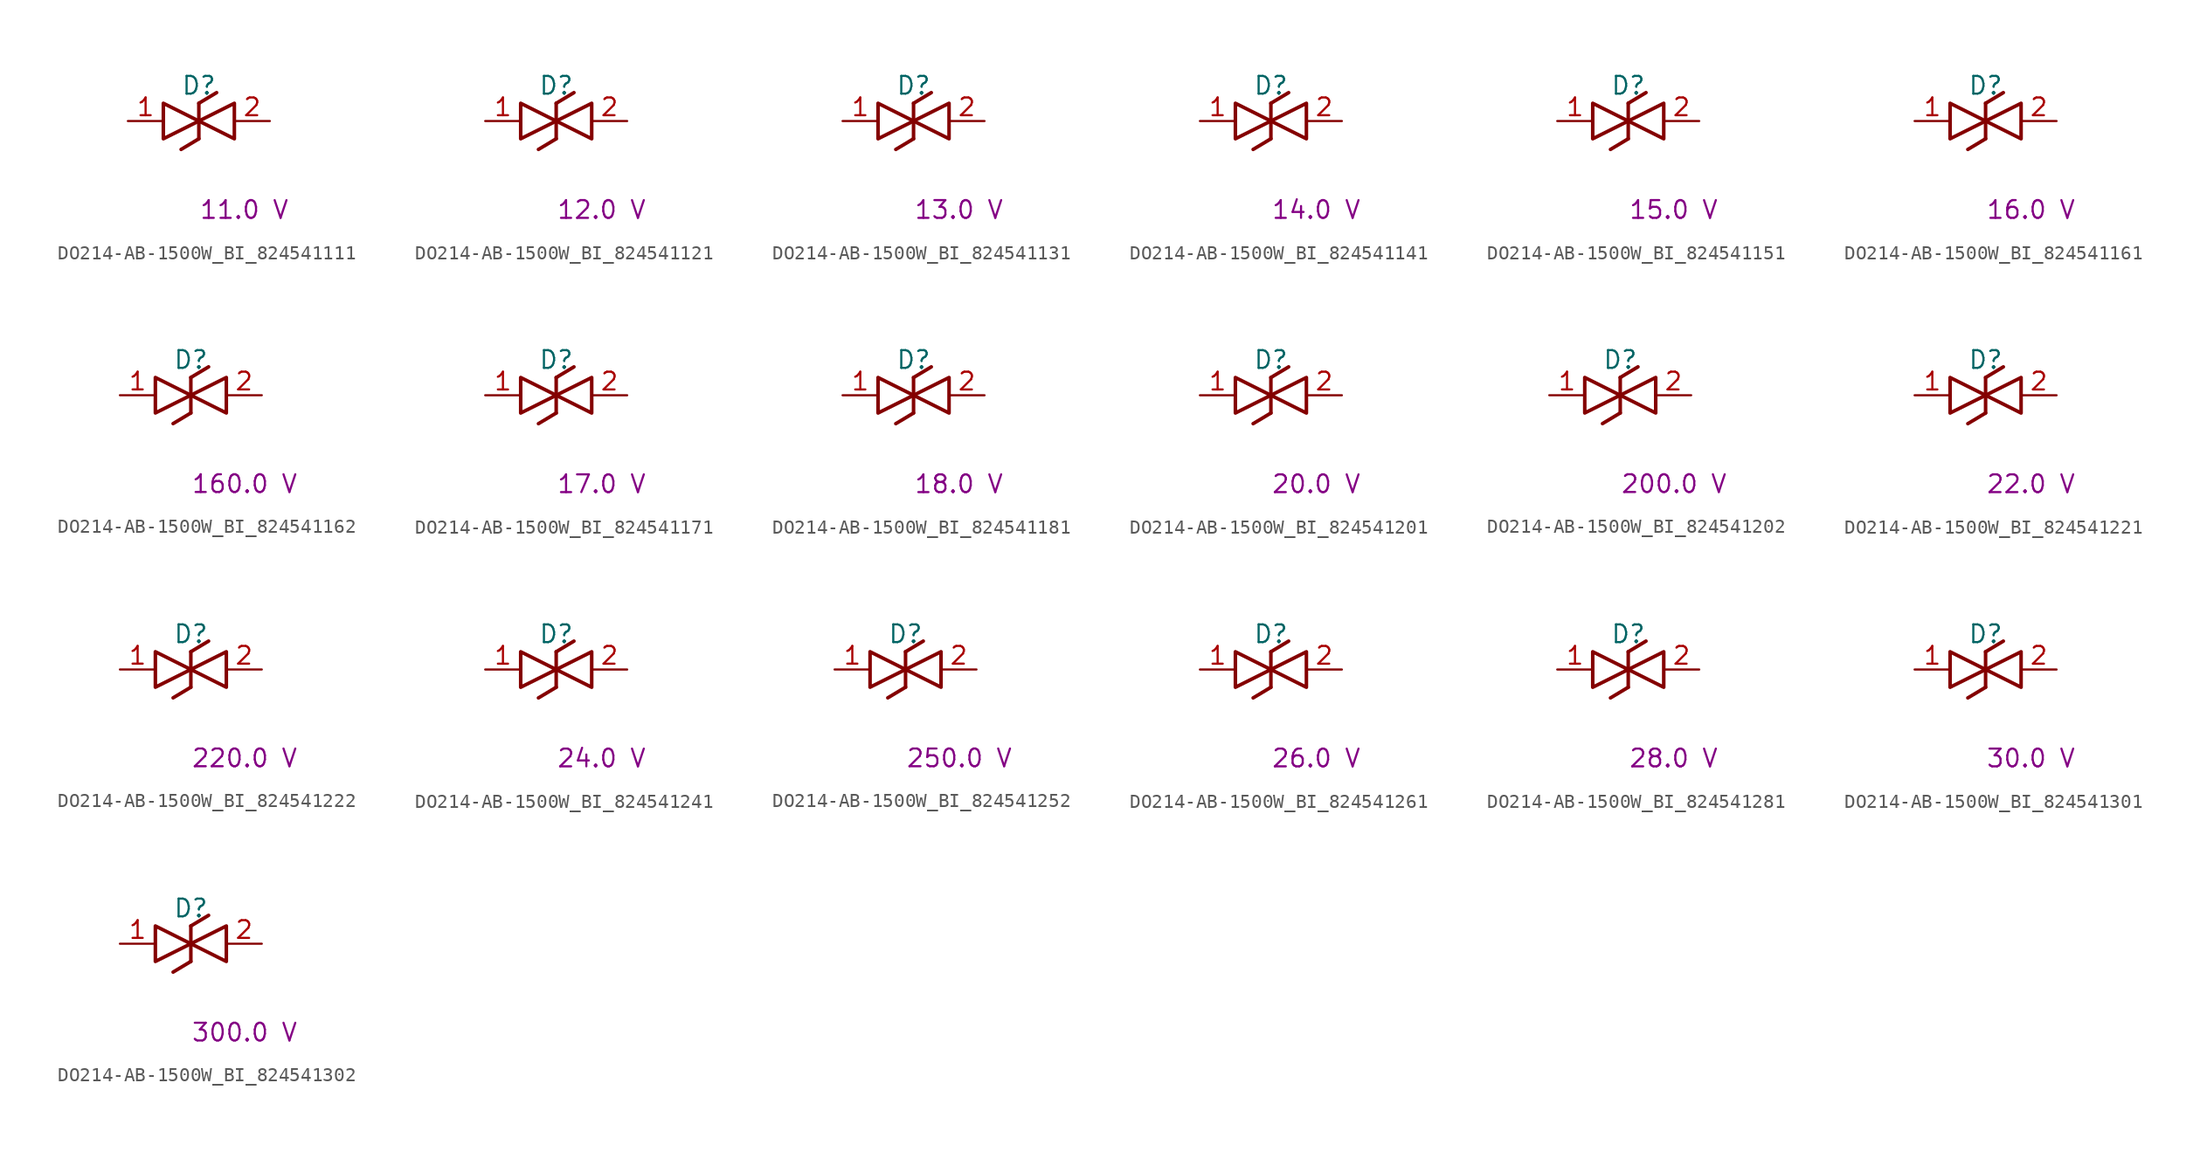
<source format=kicad_sym>
(kicad_symbol_lib
  (version 20220914)
  (generator kicad_symbol_editor)
  (symbol "DO214-AB-1500W_BI_824541111"
    (pin_names hide)
    (property "Reference" "D"
      (at 0 2.54 0)
      (effects (font (size 1.27 1.27))))
    (property "Critical Parameter" "11.0 V"
      (at 0 -6.35 0)
      (effects (font (size 1.27 1.27)) (justify left)))
    (symbol "DO214-AB-1500W_BI_824541111_0_1"
      (polyline (pts (xy -2.54 1.27) (xy -2.54 -1.27) (xy 2.54 1.27) (xy 2.54 -1.27) (xy -2.54 1.27)) (stroke (width 0.254) (type default)) (fill (type none))))
    (symbol "DO214-AB-1500W_BI_824541111_1_1"
      (polyline (pts (xy 0 -1.27) (xy -1.27 -2.032)) (stroke (width 0.254) (type default)) (fill (type none)))
      (polyline (pts (xy 0 1.27) (xy 0 -1.27)) (stroke (width 0.254) (type default)) (fill (type none)))
      (polyline (pts (xy 0 1.27) (xy 1.27 2.032)) (stroke (width 0.254) (type default)) (fill (type none)))
      (pin passive line (at -5.08 0 0) (length 2.54) (name "1" (effects (font (size 1.27 1.27)))) (number "1" (effects (font (size 1.27 1.27)))))
      (pin passive line (at 5.08 0 180) (length 2.54) (name "2" (effects (font (size 1.27 1.27)))) (number "2" (effects (font (size 1.27 1.27)))))))
  (symbol "DO214-AB-1500W_BI_824541121"
    (pin_names hide)
    (property "Reference" "D"
      (at 0 2.54 0)
      (effects (font (size 1.27 1.27))))
    (property "Critical Parameter" "12.0 V"
      (at 0 -6.35 0)
      (effects (font (size 1.27 1.27)) (justify left)))
    (symbol "DO214-AB-1500W_BI_824541121_0_1"
      (polyline (pts (xy -2.54 1.27) (xy -2.54 -1.27) (xy 2.54 1.27) (xy 2.54 -1.27) (xy -2.54 1.27)) (stroke (width 0.254) (type default)) (fill (type none))))
    (symbol "DO214-AB-1500W_BI_824541121_1_1"
      (polyline (pts (xy 0 -1.27) (xy -1.27 -2.032)) (stroke (width 0.254) (type default)) (fill (type none)))
      (polyline (pts (xy 0 1.27) (xy 0 -1.27)) (stroke (width 0.254) (type default)) (fill (type none)))
      (polyline (pts (xy 0 1.27) (xy 1.27 2.032)) (stroke (width 0.254) (type default)) (fill (type none)))
      (pin passive line (at -5.08 0 0) (length 2.54) (name "1" (effects (font (size 1.27 1.27)))) (number "1" (effects (font (size 1.27 1.27)))))
      (pin passive line (at 5.08 0 180) (length 2.54) (name "2" (effects (font (size 1.27 1.27)))) (number "2" (effects (font (size 1.27 1.27)))))))
  (symbol "DO214-AB-1500W_BI_824541131"
    (pin_names hide)
    (property "Reference" "D"
      (at 0 2.54 0)
      (effects (font (size 1.27 1.27))))
    (property "Critical Parameter" "13.0 V"
      (at 0 -6.35 0)
      (effects (font (size 1.27 1.27)) (justify left)))
    (symbol "DO214-AB-1500W_BI_824541131_0_1"
      (polyline (pts (xy -2.54 1.27) (xy -2.54 -1.27) (xy 2.54 1.27) (xy 2.54 -1.27) (xy -2.54 1.27)) (stroke (width 0.254) (type default)) (fill (type none))))
    (symbol "DO214-AB-1500W_BI_824541131_1_1"
      (polyline (pts (xy 0 -1.27) (xy -1.27 -2.032)) (stroke (width 0.254) (type default)) (fill (type none)))
      (polyline (pts (xy 0 1.27) (xy 0 -1.27)) (stroke (width 0.254) (type default)) (fill (type none)))
      (polyline (pts (xy 0 1.27) (xy 1.27 2.032)) (stroke (width 0.254) (type default)) (fill (type none)))
      (pin passive line (at -5.08 0 0) (length 2.54) (name "1" (effects (font (size 1.27 1.27)))) (number "1" (effects (font (size 1.27 1.27)))))
      (pin passive line (at 5.08 0 180) (length 2.54) (name "2" (effects (font (size 1.27 1.27)))) (number "2" (effects (font (size 1.27 1.27)))))))
  (symbol "DO214-AB-1500W_BI_824541141"
    (pin_names hide)
    (property "Reference" "D"
      (at 0 2.54 0)
      (effects (font (size 1.27 1.27))))
    (property "Critical Parameter" "14.0 V"
      (at 0 -6.35 0)
      (effects (font (size 1.27 1.27)) (justify left)))
    (symbol "DO214-AB-1500W_BI_824541141_0_1"
      (polyline (pts (xy -2.54 1.27) (xy -2.54 -1.27) (xy 2.54 1.27) (xy 2.54 -1.27) (xy -2.54 1.27)) (stroke (width 0.254) (type default)) (fill (type none))))
    (symbol "DO214-AB-1500W_BI_824541141_1_1"
      (polyline (pts (xy 0 -1.27) (xy -1.27 -2.032)) (stroke (width 0.254) (type default)) (fill (type none)))
      (polyline (pts (xy 0 1.27) (xy 0 -1.27)) (stroke (width 0.254) (type default)) (fill (type none)))
      (polyline (pts (xy 0 1.27) (xy 1.27 2.032)) (stroke (width 0.254) (type default)) (fill (type none)))
      (pin passive line (at -5.08 0 0) (length 2.54) (name "1" (effects (font (size 1.27 1.27)))) (number "1" (effects (font (size 1.27 1.27)))))
      (pin passive line (at 5.08 0 180) (length 2.54) (name "2" (effects (font (size 1.27 1.27)))) (number "2" (effects (font (size 1.27 1.27)))))))
  (symbol "DO214-AB-1500W_BI_824541151"
    (pin_names hide)
    (property "Reference" "D"
      (at 0 2.54 0)
      (effects (font (size 1.27 1.27))))
    (property "Critical Parameter" "15.0 V"
      (at 0 -6.35 0)
      (effects (font (size 1.27 1.27)) (justify left)))
    (symbol "DO214-AB-1500W_BI_824541151_0_1"
      (polyline (pts (xy -2.54 1.27) (xy -2.54 -1.27) (xy 2.54 1.27) (xy 2.54 -1.27) (xy -2.54 1.27)) (stroke (width 0.254) (type default)) (fill (type none))))
    (symbol "DO214-AB-1500W_BI_824541151_1_1"
      (polyline (pts (xy 0 -1.27) (xy -1.27 -2.032)) (stroke (width 0.254) (type default)) (fill (type none)))
      (polyline (pts (xy 0 1.27) (xy 0 -1.27)) (stroke (width 0.254) (type default)) (fill (type none)))
      (polyline (pts (xy 0 1.27) (xy 1.27 2.032)) (stroke (width 0.254) (type default)) (fill (type none)))
      (pin passive line (at -5.08 0 0) (length 2.54) (name "1" (effects (font (size 1.27 1.27)))) (number "1" (effects (font (size 1.27 1.27)))))
      (pin passive line (at 5.08 0 180) (length 2.54) (name "2" (effects (font (size 1.27 1.27)))) (number "2" (effects (font (size 1.27 1.27)))))))
  (symbol "DO214-AB-1500W_BI_824541161"
    (pin_names hide)
    (property "Reference" "D"
      (at 0 2.54 0)
      (effects (font (size 1.27 1.27))))
    (property "Critical Parameter" "16.0 V"
      (at 0 -6.35 0)
      (effects (font (size 1.27 1.27)) (justify left)))
    (symbol "DO214-AB-1500W_BI_824541161_0_1"
      (polyline (pts (xy -2.54 1.27) (xy -2.54 -1.27) (xy 2.54 1.27) (xy 2.54 -1.27) (xy -2.54 1.27)) (stroke (width 0.254) (type default)) (fill (type none))))
    (symbol "DO214-AB-1500W_BI_824541161_1_1"
      (polyline (pts (xy 0 -1.27) (xy -1.27 -2.032)) (stroke (width 0.254) (type default)) (fill (type none)))
      (polyline (pts (xy 0 1.27) (xy 0 -1.27)) (stroke (width 0.254) (type default)) (fill (type none)))
      (polyline (pts (xy 0 1.27) (xy 1.27 2.032)) (stroke (width 0.254) (type default)) (fill (type none)))
      (pin passive line (at -5.08 0 0) (length 2.54) (name "1" (effects (font (size 1.27 1.27)))) (number "1" (effects (font (size 1.27 1.27)))))
      (pin passive line (at 5.08 0 180) (length 2.54) (name "2" (effects (font (size 1.27 1.27)))) (number "2" (effects (font (size 1.27 1.27)))))))
  (symbol "DO214-AB-1500W_BI_824541162"
    (pin_names hide)
    (property "Reference" "D"
      (at 0 2.54 0)
      (effects (font (size 1.27 1.27))))
    (property "Critical Parameter" "160.0 V"
      (at 0 -6.35 0)
      (effects (font (size 1.27 1.27)) (justify left)))
    (symbol "DO214-AB-1500W_BI_824541162_0_1"
      (polyline (pts (xy -2.54 1.27) (xy -2.54 -1.27) (xy 2.54 1.27) (xy 2.54 -1.27) (xy -2.54 1.27)) (stroke (width 0.254) (type default)) (fill (type none))))
    (symbol "DO214-AB-1500W_BI_824541162_1_1"
      (polyline (pts (xy 0 -1.27) (xy -1.27 -2.032)) (stroke (width 0.254) (type default)) (fill (type none)))
      (polyline (pts (xy 0 1.27) (xy 0 -1.27)) (stroke (width 0.254) (type default)) (fill (type none)))
      (polyline (pts (xy 0 1.27) (xy 1.27 2.032)) (stroke (width 0.254) (type default)) (fill (type none)))
      (pin passive line (at -5.08 0 0) (length 2.54) (name "1" (effects (font (size 1.27 1.27)))) (number "1" (effects (font (size 1.27 1.27)))))
      (pin passive line (at 5.08 0 180) (length 2.54) (name "2" (effects (font (size 1.27 1.27)))) (number "2" (effects (font (size 1.27 1.27)))))))
  (symbol "DO214-AB-1500W_BI_824541171"
    (pin_names hide)
    (property "Reference" "D"
      (at 0 2.54 0)
      (effects (font (size 1.27 1.27))))
    (property "Critical Parameter" "17.0 V"
      (at 0 -6.35 0)
      (effects (font (size 1.27 1.27)) (justify left)))
    (symbol "DO214-AB-1500W_BI_824541171_0_1"
      (polyline (pts (xy -2.54 1.27) (xy -2.54 -1.27) (xy 2.54 1.27) (xy 2.54 -1.27) (xy -2.54 1.27)) (stroke (width 0.254) (type default)) (fill (type none))))
    (symbol "DO214-AB-1500W_BI_824541171_1_1"
      (polyline (pts (xy 0 -1.27) (xy -1.27 -2.032)) (stroke (width 0.254) (type default)) (fill (type none)))
      (polyline (pts (xy 0 1.27) (xy 0 -1.27)) (stroke (width 0.254) (type default)) (fill (type none)))
      (polyline (pts (xy 0 1.27) (xy 1.27 2.032)) (stroke (width 0.254) (type default)) (fill (type none)))
      (pin passive line (at -5.08 0 0) (length 2.54) (name "1" (effects (font (size 1.27 1.27)))) (number "1" (effects (font (size 1.27 1.27)))))
      (pin passive line (at 5.08 0 180) (length 2.54) (name "2" (effects (font (size 1.27 1.27)))) (number "2" (effects (font (size 1.27 1.27)))))))
  (symbol "DO214-AB-1500W_BI_824541181"
    (pin_names hide)
    (property "Reference" "D"
      (at 0 2.54 0)
      (effects (font (size 1.27 1.27))))
    (property "Critical Parameter" "18.0 V"
      (at 0 -6.35 0)
      (effects (font (size 1.27 1.27)) (justify left)))
    (symbol "DO214-AB-1500W_BI_824541181_0_1"
      (polyline (pts (xy -2.54 1.27) (xy -2.54 -1.27) (xy 2.54 1.27) (xy 2.54 -1.27) (xy -2.54 1.27)) (stroke (width 0.254) (type default)) (fill (type none))))
    (symbol "DO214-AB-1500W_BI_824541181_1_1"
      (polyline (pts (xy 0 -1.27) (xy -1.27 -2.032)) (stroke (width 0.254) (type default)) (fill (type none)))
      (polyline (pts (xy 0 1.27) (xy 0 -1.27)) (stroke (width 0.254) (type default)) (fill (type none)))
      (polyline (pts (xy 0 1.27) (xy 1.27 2.032)) (stroke (width 0.254) (type default)) (fill (type none)))
      (pin passive line (at -5.08 0 0) (length 2.54) (name "1" (effects (font (size 1.27 1.27)))) (number "1" (effects (font (size 1.27 1.27)))))
      (pin passive line (at 5.08 0 180) (length 2.54) (name "2" (effects (font (size 1.27 1.27)))) (number "2" (effects (font (size 1.27 1.27)))))))
  (symbol "DO214-AB-1500W_BI_824541201"
    (pin_names hide)
    (property "Reference" "D"
      (at 0 2.54 0)
      (effects (font (size 1.27 1.27))))
    (property "Critical Parameter" "20.0 V"
      (at 0 -6.35 0)
      (effects (font (size 1.27 1.27)) (justify left)))
    (symbol "DO214-AB-1500W_BI_824541201_0_1"
      (polyline (pts (xy -2.54 1.27) (xy -2.54 -1.27) (xy 2.54 1.27) (xy 2.54 -1.27) (xy -2.54 1.27)) (stroke (width 0.254) (type default)) (fill (type none))))
    (symbol "DO214-AB-1500W_BI_824541201_1_1"
      (polyline (pts (xy 0 -1.27) (xy -1.27 -2.032)) (stroke (width 0.254) (type default)) (fill (type none)))
      (polyline (pts (xy 0 1.27) (xy 0 -1.27)) (stroke (width 0.254) (type default)) (fill (type none)))
      (polyline (pts (xy 0 1.27) (xy 1.27 2.032)) (stroke (width 0.254) (type default)) (fill (type none)))
      (pin passive line (at -5.08 0 0) (length 2.54) (name "1" (effects (font (size 1.27 1.27)))) (number "1" (effects (font (size 1.27 1.27)))))
      (pin passive line (at 5.08 0 180) (length 2.54) (name "2" (effects (font (size 1.27 1.27)))) (number "2" (effects (font (size 1.27 1.27)))))))
  (symbol "DO214-AB-1500W_BI_824541202"
    (pin_names hide)
    (property "Reference" "D"
      (at 0 2.54 0)
      (effects (font (size 1.27 1.27))))
    (property "Critical Parameter" "200.0 V"
      (at 0 -6.35 0)
      (effects (font (size 1.27 1.27)) (justify left)))
    (symbol "DO214-AB-1500W_BI_824541202_0_1"
      (polyline (pts (xy -2.54 1.27) (xy -2.54 -1.27) (xy 2.54 1.27) (xy 2.54 -1.27) (xy -2.54 1.27)) (stroke (width 0.254) (type default)) (fill (type none))))
    (symbol "DO214-AB-1500W_BI_824541202_1_1"
      (polyline (pts (xy 0 -1.27) (xy -1.27 -2.032)) (stroke (width 0.254) (type default)) (fill (type none)))
      (polyline (pts (xy 0 1.27) (xy 0 -1.27)) (stroke (width 0.254) (type default)) (fill (type none)))
      (polyline (pts (xy 0 1.27) (xy 1.27 2.032)) (stroke (width 0.254) (type default)) (fill (type none)))
      (pin passive line (at -5.08 0 0) (length 2.54) (name "1" (effects (font (size 1.27 1.27)))) (number "1" (effects (font (size 1.27 1.27)))))
      (pin passive line (at 5.08 0 180) (length 2.54) (name "2" (effects (font (size 1.27 1.27)))) (number "2" (effects (font (size 1.27 1.27)))))))
  (symbol "DO214-AB-1500W_BI_824541221"
    (pin_names hide)
    (property "Reference" "D"
      (at 0 2.54 0)
      (effects (font (size 1.27 1.27))))
    (property "Critical Parameter" "22.0 V"
      (at 0 -6.35 0)
      (effects (font (size 1.27 1.27)) (justify left)))
    (symbol "DO214-AB-1500W_BI_824541221_0_1"
      (polyline (pts (xy -2.54 1.27) (xy -2.54 -1.27) (xy 2.54 1.27) (xy 2.54 -1.27) (xy -2.54 1.27)) (stroke (width 0.254) (type default)) (fill (type none))))
    (symbol "DO214-AB-1500W_BI_824541221_1_1"
      (polyline (pts (xy 0 -1.27) (xy -1.27 -2.032)) (stroke (width 0.254) (type default)) (fill (type none)))
      (polyline (pts (xy 0 1.27) (xy 0 -1.27)) (stroke (width 0.254) (type default)) (fill (type none)))
      (polyline (pts (xy 0 1.27) (xy 1.27 2.032)) (stroke (width 0.254) (type default)) (fill (type none)))
      (pin passive line (at -5.08 0 0) (length 2.54) (name "1" (effects (font (size 1.27 1.27)))) (number "1" (effects (font (size 1.27 1.27)))))
      (pin passive line (at 5.08 0 180) (length 2.54) (name "2" (effects (font (size 1.27 1.27)))) (number "2" (effects (font (size 1.27 1.27)))))))
  (symbol "DO214-AB-1500W_BI_824541222"
    (pin_names hide)
    (property "Reference" "D"
      (at 0 2.54 0)
      (effects (font (size 1.27 1.27))))
    (property "Critical Parameter" "220.0 V"
      (at 0 -6.35 0)
      (effects (font (size 1.27 1.27)) (justify left)))
    (symbol "DO214-AB-1500W_BI_824541222_0_1"
      (polyline (pts (xy -2.54 1.27) (xy -2.54 -1.27) (xy 2.54 1.27) (xy 2.54 -1.27) (xy -2.54 1.27)) (stroke (width 0.254) (type default)) (fill (type none))))
    (symbol "DO214-AB-1500W_BI_824541222_1_1"
      (polyline (pts (xy 0 -1.27) (xy -1.27 -2.032)) (stroke (width 0.254) (type default)) (fill (type none)))
      (polyline (pts (xy 0 1.27) (xy 0 -1.27)) (stroke (width 0.254) (type default)) (fill (type none)))
      (polyline (pts (xy 0 1.27) (xy 1.27 2.032)) (stroke (width 0.254) (type default)) (fill (type none)))
      (pin passive line (at -5.08 0 0) (length 2.54) (name "1" (effects (font (size 1.27 1.27)))) (number "1" (effects (font (size 1.27 1.27)))))
      (pin passive line (at 5.08 0 180) (length 2.54) (name "2" (effects (font (size 1.27 1.27)))) (number "2" (effects (font (size 1.27 1.27)))))))
  (symbol "DO214-AB-1500W_BI_824541241"
    (pin_names hide)
    (property "Reference" "D"
      (at 0 2.54 0)
      (effects (font (size 1.27 1.27))))
    (property "Critical Parameter" "24.0 V"
      (at 0 -6.35 0)
      (effects (font (size 1.27 1.27)) (justify left)))
    (symbol "DO214-AB-1500W_BI_824541241_0_1"
      (polyline (pts (xy -2.54 1.27) (xy -2.54 -1.27) (xy 2.54 1.27) (xy 2.54 -1.27) (xy -2.54 1.27)) (stroke (width 0.254) (type default)) (fill (type none))))
    (symbol "DO214-AB-1500W_BI_824541241_1_1"
      (polyline (pts (xy 0 -1.27) (xy -1.27 -2.032)) (stroke (width 0.254) (type default)) (fill (type none)))
      (polyline (pts (xy 0 1.27) (xy 0 -1.27)) (stroke (width 0.254) (type default)) (fill (type none)))
      (polyline (pts (xy 0 1.27) (xy 1.27 2.032)) (stroke (width 0.254) (type default)) (fill (type none)))
      (pin passive line (at -5.08 0 0) (length 2.54) (name "1" (effects (font (size 1.27 1.27)))) (number "1" (effects (font (size 1.27 1.27)))))
      (pin passive line (at 5.08 0 180) (length 2.54) (name "2" (effects (font (size 1.27 1.27)))) (number "2" (effects (font (size 1.27 1.27)))))))
  (symbol "DO214-AB-1500W_BI_824541252"
    (pin_names hide)
    (property "Reference" "D"
      (at 0 2.54 0)
      (effects (font (size 1.27 1.27))))
    (property "Critical Parameter" "250.0 V"
      (at 0 -6.35 0)
      (effects (font (size 1.27 1.27)) (justify left)))
    (symbol "DO214-AB-1500W_BI_824541252_0_1"
      (polyline (pts (xy -2.54 1.27) (xy -2.54 -1.27) (xy 2.54 1.27) (xy 2.54 -1.27) (xy -2.54 1.27)) (stroke (width 0.254) (type default)) (fill (type none))))
    (symbol "DO214-AB-1500W_BI_824541252_1_1"
      (polyline (pts (xy 0 -1.27) (xy -1.27 -2.032)) (stroke (width 0.254) (type default)) (fill (type none)))
      (polyline (pts (xy 0 1.27) (xy 0 -1.27)) (stroke (width 0.254) (type default)) (fill (type none)))
      (polyline (pts (xy 0 1.27) (xy 1.27 2.032)) (stroke (width 0.254) (type default)) (fill (type none)))
      (pin passive line (at -5.08 0 0) (length 2.54) (name "1" (effects (font (size 1.27 1.27)))) (number "1" (effects (font (size 1.27 1.27)))))
      (pin passive line (at 5.08 0 180) (length 2.54) (name "2" (effects (font (size 1.27 1.27)))) (number "2" (effects (font (size 1.27 1.27)))))))
  (symbol "DO214-AB-1500W_BI_824541261"
    (pin_names hide)
    (property "Reference" "D"
      (at 0 2.54 0)
      (effects (font (size 1.27 1.27))))
    (property "Critical Parameter" "26.0 V"
      (at 0 -6.35 0)
      (effects (font (size 1.27 1.27)) (justify left)))
    (symbol "DO214-AB-1500W_BI_824541261_0_1"
      (polyline (pts (xy -2.54 1.27) (xy -2.54 -1.27) (xy 2.54 1.27) (xy 2.54 -1.27) (xy -2.54 1.27)) (stroke (width 0.254) (type default)) (fill (type none))))
    (symbol "DO214-AB-1500W_BI_824541261_1_1"
      (polyline (pts (xy 0 -1.27) (xy -1.27 -2.032)) (stroke (width 0.254) (type default)) (fill (type none)))
      (polyline (pts (xy 0 1.27) (xy 0 -1.27)) (stroke (width 0.254) (type default)) (fill (type none)))
      (polyline (pts (xy 0 1.27) (xy 1.27 2.032)) (stroke (width 0.254) (type default)) (fill (type none)))
      (pin passive line (at -5.08 0 0) (length 2.54) (name "1" (effects (font (size 1.27 1.27)))) (number "1" (effects (font (size 1.27 1.27)))))
      (pin passive line (at 5.08 0 180) (length 2.54) (name "2" (effects (font (size 1.27 1.27)))) (number "2" (effects (font (size 1.27 1.27)))))))
  (symbol "DO214-AB-1500W_BI_824541281"
    (pin_names hide)
    (property "Reference" "D"
      (at 0 2.54 0)
      (effects (font (size 1.27 1.27))))
    (property "Critical Parameter" "28.0 V"
      (at 0 -6.35 0)
      (effects (font (size 1.27 1.27)) (justify left)))
    (symbol "DO214-AB-1500W_BI_824541281_0_1"
      (polyline (pts (xy -2.54 1.27) (xy -2.54 -1.27) (xy 2.54 1.27) (xy 2.54 -1.27) (xy -2.54 1.27)) (stroke (width 0.254) (type default)) (fill (type none))))
    (symbol "DO214-AB-1500W_BI_824541281_1_1"
      (polyline (pts (xy 0 -1.27) (xy -1.27 -2.032)) (stroke (width 0.254) (type default)) (fill (type none)))
      (polyline (pts (xy 0 1.27) (xy 0 -1.27)) (stroke (width 0.254) (type default)) (fill (type none)))
      (polyline (pts (xy 0 1.27) (xy 1.27 2.032)) (stroke (width 0.254) (type default)) (fill (type none)))
      (pin passive line (at -5.08 0 0) (length 2.54) (name "1" (effects (font (size 1.27 1.27)))) (number "1" (effects (font (size 1.27 1.27)))))
      (pin passive line (at 5.08 0 180) (length 2.54) (name "2" (effects (font (size 1.27 1.27)))) (number "2" (effects (font (size 1.27 1.27)))))))
  (symbol "DO214-AB-1500W_BI_824541301"
    (pin_names hide)
    (property "Reference" "D"
      (at 0 2.54 0)
      (effects (font (size 1.27 1.27))))
    (property "Critical Parameter" "30.0 V"
      (at 0 -6.35 0)
      (effects (font (size 1.27 1.27)) (justify left)))
    (symbol "DO214-AB-1500W_BI_824541301_0_1"
      (polyline (pts (xy -2.54 1.27) (xy -2.54 -1.27) (xy 2.54 1.27) (xy 2.54 -1.27) (xy -2.54 1.27)) (stroke (width 0.254) (type default)) (fill (type none))))
    (symbol "DO214-AB-1500W_BI_824541301_1_1"
      (polyline (pts (xy 0 -1.27) (xy -1.27 -2.032)) (stroke (width 0.254) (type default)) (fill (type none)))
      (polyline (pts (xy 0 1.27) (xy 0 -1.27)) (stroke (width 0.254) (type default)) (fill (type none)))
      (polyline (pts (xy 0 1.27) (xy 1.27 2.032)) (stroke (width 0.254) (type default)) (fill (type none)))
      (pin passive line (at -5.08 0 0) (length 2.54) (name "1" (effects (font (size 1.27 1.27)))) (number "1" (effects (font (size 1.27 1.27)))))
      (pin passive line (at 5.08 0 180) (length 2.54) (name "2" (effects (font (size 1.27 1.27)))) (number "2" (effects (font (size 1.27 1.27)))))))
  (symbol "DO214-AB-1500W_BI_824541302"
    (pin_names hide)
    (property "Reference" "D"
      (at 0 2.54 0)
      (effects (font (size 1.27 1.27))))
    (property "Critical Parameter" "300.0 V"
      (at 0 -6.35 0)
      (effects (font (size 1.27 1.27)) (justify left)))
    (symbol "DO214-AB-1500W_BI_824541302_0_1"
      (polyline (pts (xy -2.54 1.27) (xy -2.54 -1.27) (xy 2.54 1.27) (xy 2.54 -1.27) (xy -2.54 1.27)) (stroke (width 0.254) (type default)) (fill (type none))))
    (symbol "DO214-AB-1500W_BI_824541302_1_1"
      (polyline (pts (xy 0 -1.27) (xy -1.27 -2.032)) (stroke (width 0.254) (type default)) (fill (type none)))
      (polyline (pts (xy 0 1.27) (xy 0 -1.27)) (stroke (width 0.254) (type default)) (fill (type none)))
      (polyline (pts (xy 0 1.27) (xy 1.27 2.032)) (stroke (width 0.254) (type default)) (fill (type none)))
      (pin passive line (at -5.08 0 0) (length 2.54) (name "1" (effects (font (size 1.27 1.27)))) (number "1" (effects (font (size 1.27 1.27)))))
      (pin passive line (at 5.08 0 180) (length 2.54) (name "2" (effects (font (size 1.27 1.27)))) (number "2" (effects (font (size 1.27 1.27))))))))
</source>
